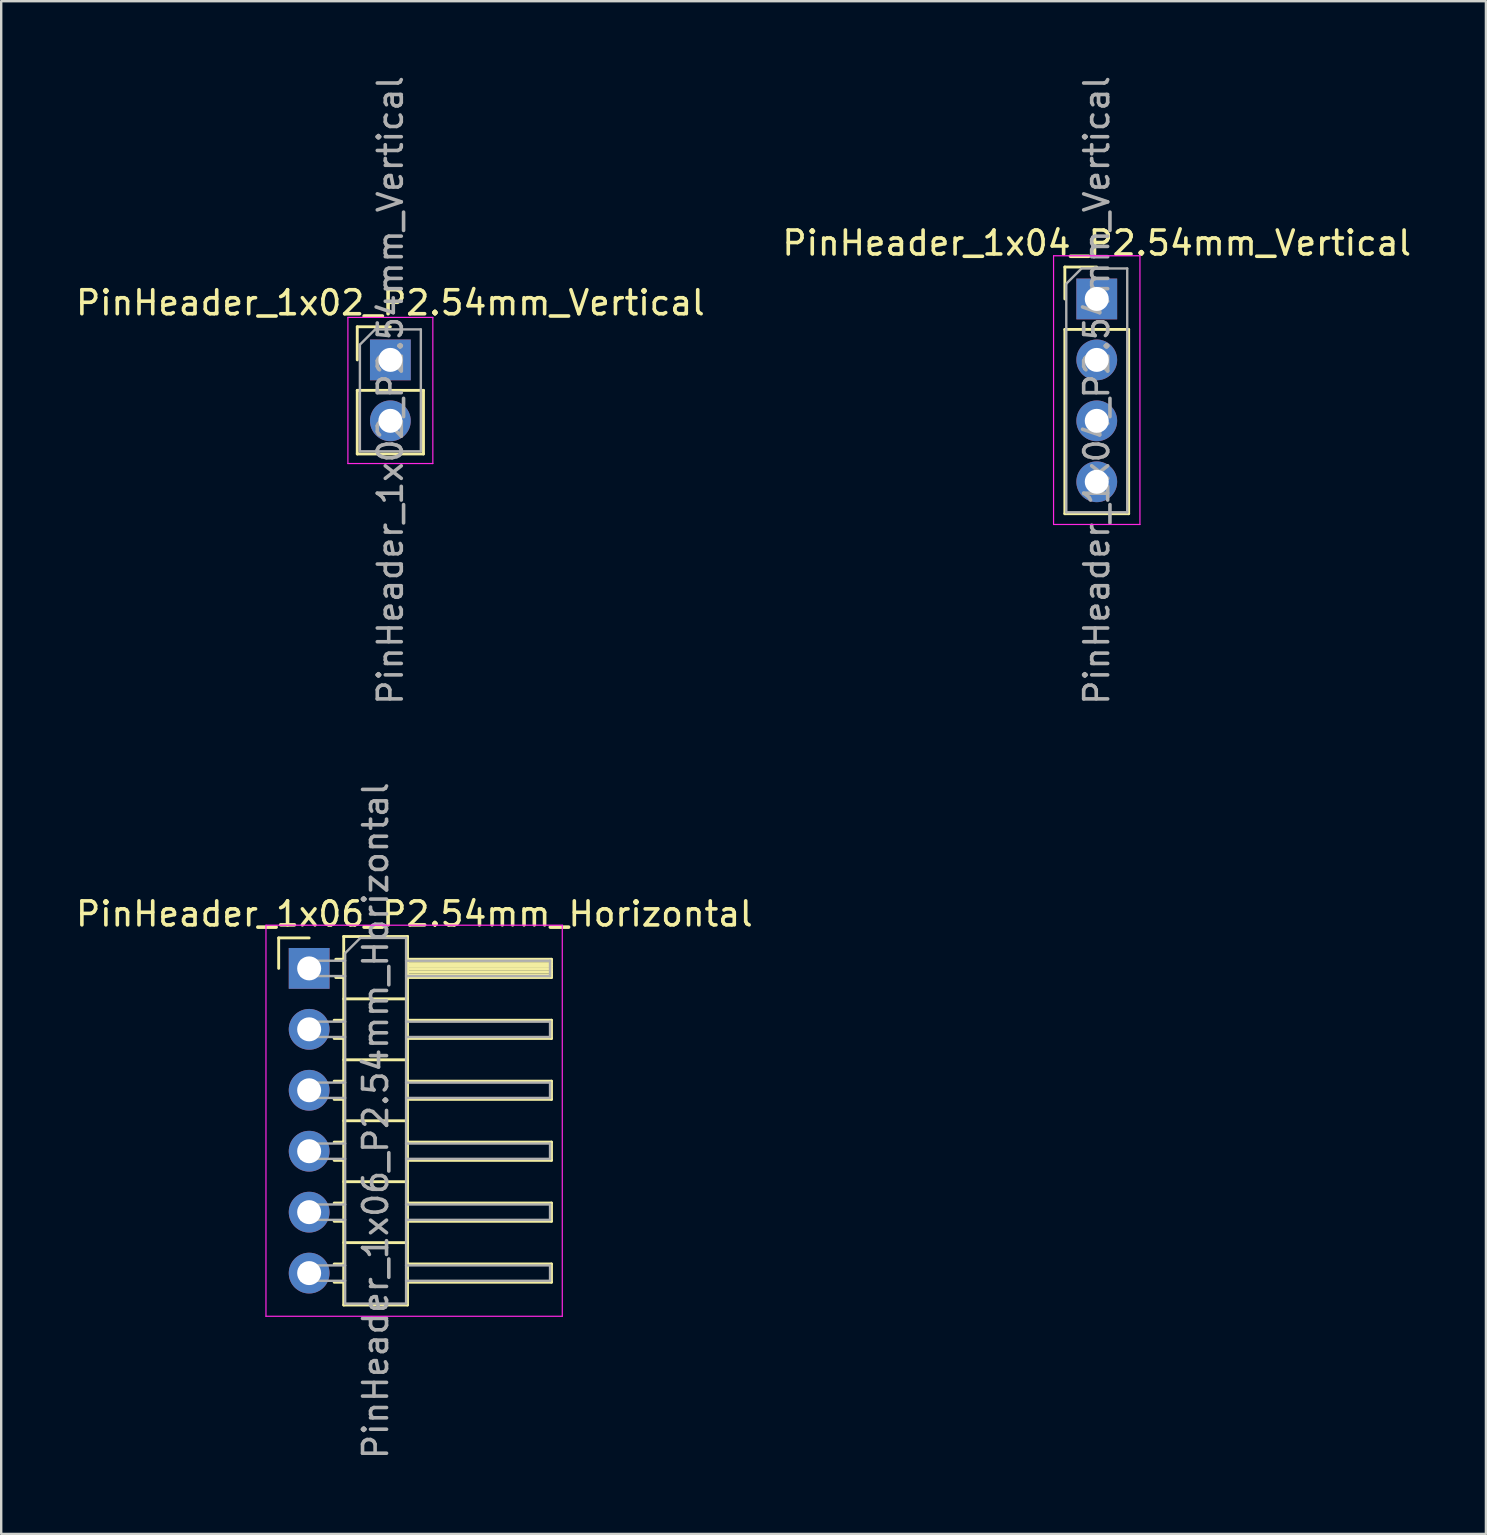
<source format=kicad_pcb>
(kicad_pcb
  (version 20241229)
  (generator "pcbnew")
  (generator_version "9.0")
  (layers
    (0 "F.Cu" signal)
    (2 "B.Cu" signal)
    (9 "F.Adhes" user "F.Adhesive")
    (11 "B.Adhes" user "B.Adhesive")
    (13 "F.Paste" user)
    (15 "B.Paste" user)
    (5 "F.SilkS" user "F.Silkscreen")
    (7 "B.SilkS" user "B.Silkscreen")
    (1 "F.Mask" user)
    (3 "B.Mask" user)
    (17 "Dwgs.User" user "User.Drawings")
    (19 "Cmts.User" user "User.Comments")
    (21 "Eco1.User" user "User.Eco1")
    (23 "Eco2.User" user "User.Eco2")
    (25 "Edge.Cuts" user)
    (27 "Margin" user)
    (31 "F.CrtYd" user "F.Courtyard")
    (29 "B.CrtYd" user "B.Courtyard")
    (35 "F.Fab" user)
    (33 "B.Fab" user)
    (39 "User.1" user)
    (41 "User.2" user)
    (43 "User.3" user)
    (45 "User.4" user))
  (footprint "PinHeader_1x04_P2.54mm_Vertical"
    (layer "F.Cu")
    (at 42.661 9.41)
    (property "Reference" "PinHeader_1x04_P2.54mm_Vertical" (at 0 -2.33 0) (layer "F.SilkS") (effects (font (size 1 1) (thickness 0.15))))
    (attr through_hole)
    (fp_line (start -1.33 -1.33) (end 0 -1.33) (stroke (width 0.12) (type solid)) (layer "F.SilkS"))
    (fp_line (start -1.33 0) (end -1.33 -1.33) (stroke (width 0.12) (type solid)) (layer "F.SilkS"))
    (fp_line (start -1.33 1.27) (end -1.33 8.95) (stroke (width 0.12) (type solid)) (layer "F.SilkS"))
    (fp_line (start -1.33 1.27) (end 1.33 1.27) (stroke (width 0.12) (type solid)) (layer "F.SilkS"))
    (fp_line (start -1.33 8.95) (end 1.33 8.95) (stroke (width 0.12) (type solid)) (layer "F.SilkS"))
    (fp_line (start 1.33 1.27) (end 1.33 8.95) (stroke (width 0.12) (type solid)) (layer "F.SilkS"))
    (fp_line (start -1.8 -1.8) (end -1.8 9.4) (stroke (width 0.05) (type solid)) (layer "F.CrtYd"))
    (fp_line (start -1.8 9.4) (end 1.8 9.4) (stroke (width 0.05) (type solid)) (layer "F.CrtYd"))
    (fp_line (start 1.8 -1.8) (end -1.8 -1.8) (stroke (width 0.05) (type solid)) (layer "F.CrtYd"))
    (fp_line (start 1.8 9.4) (end 1.8 -1.8) (stroke (width 0.05) (type solid)) (layer "F.CrtYd"))
    (fp_line (start -1.27 -0.635) (end -0.635 -1.27) (stroke (width 0.1) (type solid)) (layer "F.Fab"))
    (fp_line (start -1.27 8.89) (end -1.27 -0.635) (stroke (width 0.1) (type solid)) (layer "F.Fab"))
    (fp_line (start -0.635 -1.27) (end 1.27 -1.27) (stroke (width 0.1) (type solid)) (layer "F.Fab"))
    (fp_line (start 1.27 -1.27) (end 1.27 8.89) (stroke (width 0.1) (type solid)) (layer "F.Fab"))
    (fp_line (start 1.27 8.89) (end -1.27 8.89) (stroke (width 0.1) (type solid)) (layer "F.Fab"))
    (fp_text user "${REFERENCE}" (at 0 3.81 90) (layer "F.Fab") (effects (font (size 1 1) (thickness 0.15))))
    (pad "1" thru_hole rect (at 0 0) (size 1.7 1.7) (drill 1) (layers "*.Cu" "*.Mask"))
    (pad "2" thru_hole oval (at 0 2.54) (size 1.7 1.7) (drill 1) (layers "*.Cu" "*.Mask"))
    (pad "3" thru_hole oval (at 0 5.08) (size 1.7 1.7) (drill 1) (layers "*.Cu" "*.Mask"))
    (pad "4" thru_hole oval (at 0 7.62) (size 1.7 1.7) (drill 1) (layers "*.Cu" "*.Mask")))
  (footprint "PinHeader_1x02_P2.54mm_Vertical"
    (layer "F.Cu")
    (at 13.22 11.95)
    (property "Reference" "PinHeader_1x02_P2.54mm_Vertical" (at 0 -2.38 0) (layer "F.SilkS") (effects (font (size 1 1) (thickness 0.15))))
    (attr through_hole)
    (fp_line (start -1.38 -1.38) (end 0 -1.38) (stroke (width 0.12) (type solid)) (layer "F.SilkS"))
    (fp_line (start -1.38 0) (end -1.38 -1.38) (stroke (width 0.12) (type solid)) (layer "F.SilkS"))
    (fp_line (start -1.38 1.27) (end -1.38 3.92) (stroke (width 0.12) (type solid)) (layer "F.SilkS"))
    (fp_line (start -1.38 1.27) (end 1.38 1.27) (stroke (width 0.12) (type solid)) (layer "F.SilkS"))
    (fp_line (start -1.38 3.92) (end 1.38 3.92) (stroke (width 0.12) (type solid)) (layer "F.SilkS"))
    (fp_line (start 1.38 1.27) (end 1.38 3.92) (stroke (width 0.12) (type solid)) (layer "F.SilkS"))
    (fp_line (start -1.77 -1.77) (end -1.77 4.32) (stroke (width 0.05) (type solid)) (layer "F.CrtYd"))
    (fp_line (start -1.77 4.32) (end 1.77 4.32) (stroke (width 0.05) (type solid)) (layer "F.CrtYd"))
    (fp_line (start 1.77 -1.77) (end -1.77 -1.77) (stroke (width 0.05) (type solid)) (layer "F.CrtYd"))
    (fp_line (start 1.77 4.32) (end 1.77 -1.77) (stroke (width 0.05) (type solid)) (layer "F.CrtYd"))
    (fp_line (start -1.27 -0.635) (end -0.635 -1.27) (stroke (width 0.1) (type solid)) (layer "F.Fab"))
    (fp_line (start -1.27 3.81) (end -1.27 -0.635) (stroke (width 0.1) (type solid)) (layer "F.Fab"))
    (fp_line (start -0.635 -1.27) (end 1.27 -1.27) (stroke (width 0.1) (type solid)) (layer "F.Fab"))
    (fp_line (start 1.27 -1.27) (end 1.27 3.81) (stroke (width 0.1) (type solid)) (layer "F.Fab"))
    (fp_line (start 1.27 3.81) (end -1.27 3.81) (stroke (width 0.1) (type solid)) (layer "F.Fab"))
    (fp_text user "${REFERENCE}" (at 0 1.27 90) (layer "F.Fab") (effects (font (size 1 1) (thickness 0.15))))
    (pad "1" thru_hole rect (at 0 0) (size 1.7 1.7) (drill 1) (layers "*.Cu" "*.Mask"))
    (pad "2" thru_hole circle (at 0 2.54) (size 1.7 1.7) (drill 1) (layers "*.Cu" "*.Mask")))
  (footprint "PinHeader_1x06_P2.54mm_Horizontal"
    (layer "F.Cu")
    (at 9.835 37.311)
    (property "Reference" "PinHeader_1x06_P2.54mm_Horizontal" (at 4.385 -2.27 0) (layer "F.SilkS") (effects (font (size 1 1) (thickness 0.15))))
    (attr through_hole)
    (fp_line (start -1.27 -1.27) (end 0 -1.27) (stroke (width 0.12) (type solid)) (layer "F.SilkS"))
    (fp_line (start -1.27 0) (end -1.27 -1.27) (stroke (width 0.12) (type solid)) (layer "F.SilkS"))
    (fp_line (start 1.043 2.16) (end 1.44 2.16) (stroke (width 0.12) (type solid)) (layer "F.SilkS"))
    (fp_line (start 1.043 2.92) (end 1.44 2.92) (stroke (width 0.12) (type solid)) (layer "F.SilkS"))
    (fp_line (start 1.043 4.7) (end 1.44 4.7) (stroke (width 0.12) (type solid)) (layer "F.SilkS"))
    (fp_line (start 1.043 5.46) (end 1.44 5.46) (stroke (width 0.12) (type solid)) (layer "F.SilkS"))
    (fp_line (start 1.043 7.24) (end 1.44 7.24) (stroke (width 0.12) (type solid)) (layer "F.SilkS"))
    (fp_line (start 1.043 8) (end 1.44 8) (stroke (width 0.12) (type solid)) (layer "F.SilkS"))
    (fp_line (start 1.043 9.78) (end 1.44 9.78) (stroke (width 0.12) (type solid)) (layer "F.SilkS"))
    (fp_line (start 1.043 10.54) (end 1.44 10.54) (stroke (width 0.12) (type solid)) (layer "F.SilkS"))
    (fp_line (start 1.043 12.32) (end 1.44 12.32) (stroke (width 0.12) (type solid)) (layer "F.SilkS"))
    (fp_line (start 1.043 13.08) (end 1.44 13.08) (stroke (width 0.12) (type solid)) (layer "F.SilkS"))
    (fp_line (start 1.11 -0.38) (end 1.44 -0.38) (stroke (width 0.12) (type solid)) (layer "F.SilkS"))
    (fp_line (start 1.11 0.38) (end 1.44 0.38) (stroke (width 0.12) (type solid)) (layer "F.SilkS"))
    (fp_line (start 1.44 -1.33) (end 1.44 14.03) (stroke (width 0.12) (type solid)) (layer "F.SilkS"))
    (fp_line (start 1.44 1.27) (end 4.1 1.27) (stroke (width 0.12) (type solid)) (layer "F.SilkS"))
    (fp_line (start 1.44 3.81) (end 4.1 3.81) (stroke (width 0.12) (type solid)) (layer "F.SilkS"))
    (fp_line (start 1.44 6.35) (end 4.1 6.35) (stroke (width 0.12) (type solid)) (layer "F.SilkS"))
    (fp_line (start 1.44 8.89) (end 4.1 8.89) (stroke (width 0.12) (type solid)) (layer "F.SilkS"))
    (fp_line (start 1.44 11.43) (end 4.1 11.43) (stroke (width 0.12) (type solid)) (layer "F.SilkS"))
    (fp_line (start 1.44 14.03) (end 4.1 14.03) (stroke (width 0.12) (type solid)) (layer "F.SilkS"))
    (fp_line (start 4.1 -1.33) (end 1.44 -1.33) (stroke (width 0.12) (type solid)) (layer "F.SilkS"))
    (fp_line (start 4.1 -0.38) (end 10.1 -0.38) (stroke (width 0.12) (type solid)) (layer "F.SilkS"))
    (fp_line (start 4.1 -0.32) (end 10.1 -0.32) (stroke (width 0.12) (type solid)) (layer "F.SilkS"))
    (fp_line (start 4.1 -0.2) (end 10.1 -0.2) (stroke (width 0.12) (type solid)) (layer "F.SilkS"))
    (fp_line (start 4.1 -0.08) (end 10.1 -0.08) (stroke (width 0.12) (type solid)) (layer "F.SilkS"))
    (fp_line (start 4.1 0.04) (end 10.1 0.04) (stroke (width 0.12) (type solid)) (layer "F.SilkS"))
    (fp_line (start 4.1 0.16) (end 10.1 0.16) (stroke (width 0.12) (type solid)) (layer "F.SilkS"))
    (fp_line (start 4.1 0.28) (end 10.1 0.28) (stroke (width 0.12) (type solid)) (layer "F.SilkS"))
    (fp_line (start 4.1 2.16) (end 10.1 2.16) (stroke (width 0.12) (type solid)) (layer "F.SilkS"))
    (fp_line (start 4.1 4.7) (end 10.1 4.7) (stroke (width 0.12) (type solid)) (layer "F.SilkS"))
    (fp_line (start 4.1 7.24) (end 10.1 7.24) (stroke (width 0.12) (type solid)) (layer "F.SilkS"))
    (fp_line (start 4.1 9.78) (end 10.1 9.78) (stroke (width 0.12) (type solid)) (layer "F.SilkS"))
    (fp_line (start 4.1 12.32) (end 10.1 12.32) (stroke (width 0.12) (type solid)) (layer "F.SilkS"))
    (fp_line (start 4.1 14.03) (end 4.1 -1.33) (stroke (width 0.12) (type solid)) (layer "F.SilkS"))
    (fp_line (start 10.1 -0.38) (end 10.1 0.38) (stroke (width 0.12) (type solid)) (layer "F.SilkS"))
    (fp_line (start 10.1 0.38) (end 4.1 0.38) (stroke (width 0.12) (type solid)) (layer "F.SilkS"))
    (fp_line (start 10.1 2.16) (end 10.1 2.92) (stroke (width 0.12) (type solid)) (layer "F.SilkS"))
    (fp_line (start 10.1 2.92) (end 4.1 2.92) (stroke (width 0.12) (type solid)) (layer "F.SilkS"))
    (fp_line (start 10.1 4.7) (end 10.1 5.46) (stroke (width 0.12) (type solid)) (layer "F.SilkS"))
    (fp_line (start 10.1 5.46) (end 4.1 5.46) (stroke (width 0.12) (type solid)) (layer "F.SilkS"))
    (fp_line (start 10.1 7.24) (end 10.1 8) (stroke (width 0.12) (type solid)) (layer "F.SilkS"))
    (fp_line (start 10.1 8) (end 4.1 8) (stroke (width 0.12) (type solid)) (layer "F.SilkS"))
    (fp_line (start 10.1 9.78) (end 10.1 10.54) (stroke (width 0.12) (type solid)) (layer "F.SilkS"))
    (fp_line (start 10.1 10.54) (end 4.1 10.54) (stroke (width 0.12) (type solid)) (layer "F.SilkS"))
    (fp_line (start 10.1 12.32) (end 10.1 13.08) (stroke (width 0.12) (type solid)) (layer "F.SilkS"))
    (fp_line (start 10.1 13.08) (end 4.1 13.08) (stroke (width 0.12) (type solid)) (layer "F.SilkS"))
    (fp_line (start -1.8 -1.8) (end -1.8 14.5) (stroke (width 0.05) (type solid)) (layer "F.CrtYd"))
    (fp_line (start -1.8 14.5) (end 10.55 14.5) (stroke (width 0.05) (type solid)) (layer "F.CrtYd"))
    (fp_line (start 10.55 -1.8) (end -1.8 -1.8) (stroke (width 0.05) (type solid)) (layer "F.CrtYd"))
    (fp_line (start 10.55 14.5) (end 10.55 -1.8) (stroke (width 0.05) (type solid)) (layer "F.CrtYd"))
    (fp_line (start -0.32 -0.32) (end -0.32 0.32) (stroke (width 0.1) (type solid)) (layer "F.Fab"))
    (fp_line (start -0.32 -0.32) (end 1.5 -0.32) (stroke (width 0.1) (type solid)) (layer "F.Fab"))
    (fp_line (start -0.32 0.32) (end 1.5 0.32) (stroke (width 0.1) (type solid)) (layer "F.Fab"))
    (fp_line (start -0.32 2.22) (end -0.32 2.86) (stroke (width 0.1) (type solid)) (layer "F.Fab"))
    (fp_line (start -0.32 2.22) (end 1.5 2.22) (stroke (width 0.1) (type solid)) (layer "F.Fab"))
    (fp_line (start -0.32 2.86) (end 1.5 2.86) (stroke (width 0.1) (type solid)) (layer "F.Fab"))
    (fp_line (start -0.32 4.76) (end -0.32 5.4) (stroke (width 0.1) (type solid)) (layer "F.Fab"))
    (fp_line (start -0.32 4.76) (end 1.5 4.76) (stroke (width 0.1) (type solid)) (layer "F.Fab"))
    (fp_line (start -0.32 5.4) (end 1.5 5.4) (stroke (width 0.1) (type solid)) (layer "F.Fab"))
    (fp_line (start -0.32 7.3) (end -0.32 7.94) (stroke (width 0.1) (type solid)) (layer "F.Fab"))
    (fp_line (start -0.32 7.3) (end 1.5 7.3) (stroke (width 0.1) (type solid)) (layer "F.Fab"))
    (fp_line (start -0.32 7.94) (end 1.5 7.94) (stroke (width 0.1) (type solid)) (layer "F.Fab"))
    (fp_line (start -0.32 9.84) (end -0.32 10.48) (stroke (width 0.1) (type solid)) (layer "F.Fab"))
    (fp_line (start -0.32 9.84) (end 1.5 9.84) (stroke (width 0.1) (type solid)) (layer "F.Fab"))
    (fp_line (start -0.32 10.48) (end 1.5 10.48) (stroke (width 0.1) (type solid)) (layer "F.Fab"))
    (fp_line (start -0.32 12.38) (end -0.32 13.02) (stroke (width 0.1) (type solid)) (layer "F.Fab"))
    (fp_line (start -0.32 12.38) (end 1.5 12.38) (stroke (width 0.1) (type solid)) (layer "F.Fab"))
    (fp_line (start -0.32 13.02) (end 1.5 13.02) (stroke (width 0.1) (type solid)) (layer "F.Fab"))
    (fp_line (start 1.5 -0.635) (end 2.135 -1.27) (stroke (width 0.1) (type solid)) (layer "F.Fab"))
    (fp_line (start 1.5 13.97) (end 1.5 -0.635) (stroke (width 0.1) (type solid)) (layer "F.Fab"))
    (fp_line (start 2.135 -1.27) (end 4.04 -1.27) (stroke (width 0.1) (type solid)) (layer "F.Fab"))
    (fp_line (start 4.04 -1.27) (end 4.04 13.97) (stroke (width 0.1) (type solid)) (layer "F.Fab"))
    (fp_line (start 4.04 -0.32) (end 10.04 -0.32) (stroke (width 0.1) (type solid)) (layer "F.Fab"))
    (fp_line (start 4.04 0.32) (end 10.04 0.32) (stroke (width 0.1) (type solid)) (layer "F.Fab"))
    (fp_line (start 4.04 2.22) (end 10.04 2.22) (stroke (width 0.1) (type solid)) (layer "F.Fab"))
    (fp_line (start 4.04 2.86) (end 10.04 2.86) (stroke (width 0.1) (type solid)) (layer "F.Fab"))
    (fp_line (start 4.04 4.76) (end 10.04 4.76) (stroke (width 0.1) (type solid)) (layer "F.Fab"))
    (fp_line (start 4.04 5.4) (end 10.04 5.4) (stroke (width 0.1) (type solid)) (layer "F.Fab"))
    (fp_line (start 4.04 7.3) (end 10.04 7.3) (stroke (width 0.1) (type solid)) (layer "F.Fab"))
    (fp_line (start 4.04 7.94) (end 10.04 7.94) (stroke (width 0.1) (type solid)) (layer "F.Fab"))
    (fp_line (start 4.04 9.84) (end 10.04 9.84) (stroke (width 0.1) (type solid)) (layer "F.Fab"))
    (fp_line (start 4.04 10.48) (end 10.04 10.48) (stroke (width 0.1) (type solid)) (layer "F.Fab"))
    (fp_line (start 4.04 12.38) (end 10.04 12.38) (stroke (width 0.1) (type solid)) (layer "F.Fab"))
    (fp_line (start 4.04 13.02) (end 10.04 13.02) (stroke (width 0.1) (type solid)) (layer "F.Fab"))
    (fp_line (start 4.04 13.97) (end 1.5 13.97) (stroke (width 0.1) (type solid)) (layer "F.Fab"))
    (fp_line (start 10.04 -0.32) (end 10.04 0.32) (stroke (width 0.1) (type solid)) (layer "F.Fab"))
    (fp_line (start 10.04 2.22) (end 10.04 2.86) (stroke (width 0.1) (type solid)) (layer "F.Fab"))
    (fp_line (start 10.04 4.76) (end 10.04 5.4) (stroke (width 0.1) (type solid)) (layer "F.Fab"))
    (fp_line (start 10.04 7.3) (end 10.04 7.94) (stroke (width 0.1) (type solid)) (layer "F.Fab"))
    (fp_line (start 10.04 9.84) (end 10.04 10.48) (stroke (width 0.1) (type solid)) (layer "F.Fab"))
    (fp_line (start 10.04 12.38) (end 10.04 13.02) (stroke (width 0.1) (type solid)) (layer "F.Fab"))
    (fp_text user "${REFERENCE}" (at 2.77 6.35 90) (layer "F.Fab") (effects (font (size 1 1) (thickness 0.15))))
    (pad "1" thru_hole rect (at 0 0) (size 1.7 1.7) (drill 1) (layers "*.Cu" "*.Mask"))
    (pad "2" thru_hole oval (at 0 2.54) (size 1.7 1.7) (drill 1) (layers "*.Cu" "*.Mask"))
    (pad "3" thru_hole oval (at 0 5.08) (size 1.7 1.7) (drill 1) (layers "*.Cu" "*.Mask"))
    (pad "4" thru_hole oval (at 0 7.62) (size 1.7 1.7) (drill 1) (layers "*.Cu" "*.Mask"))
    (pad "5" thru_hole oval (at 0 10.16) (size 1.7 1.7) (drill 1) (layers "*.Cu" "*.Mask"))
    (pad "6" thru_hole oval (at 0 12.7) (size 1.7 1.7) (drill 1) (layers "*.Cu" "*.Mask")))
  (gr_rect
    (start -3 -3)
    (end 58.881 60.881)
    (stroke (width 0.1) (type default))
    (fill no)
    (layer "Edge.Cuts")))
</source>
